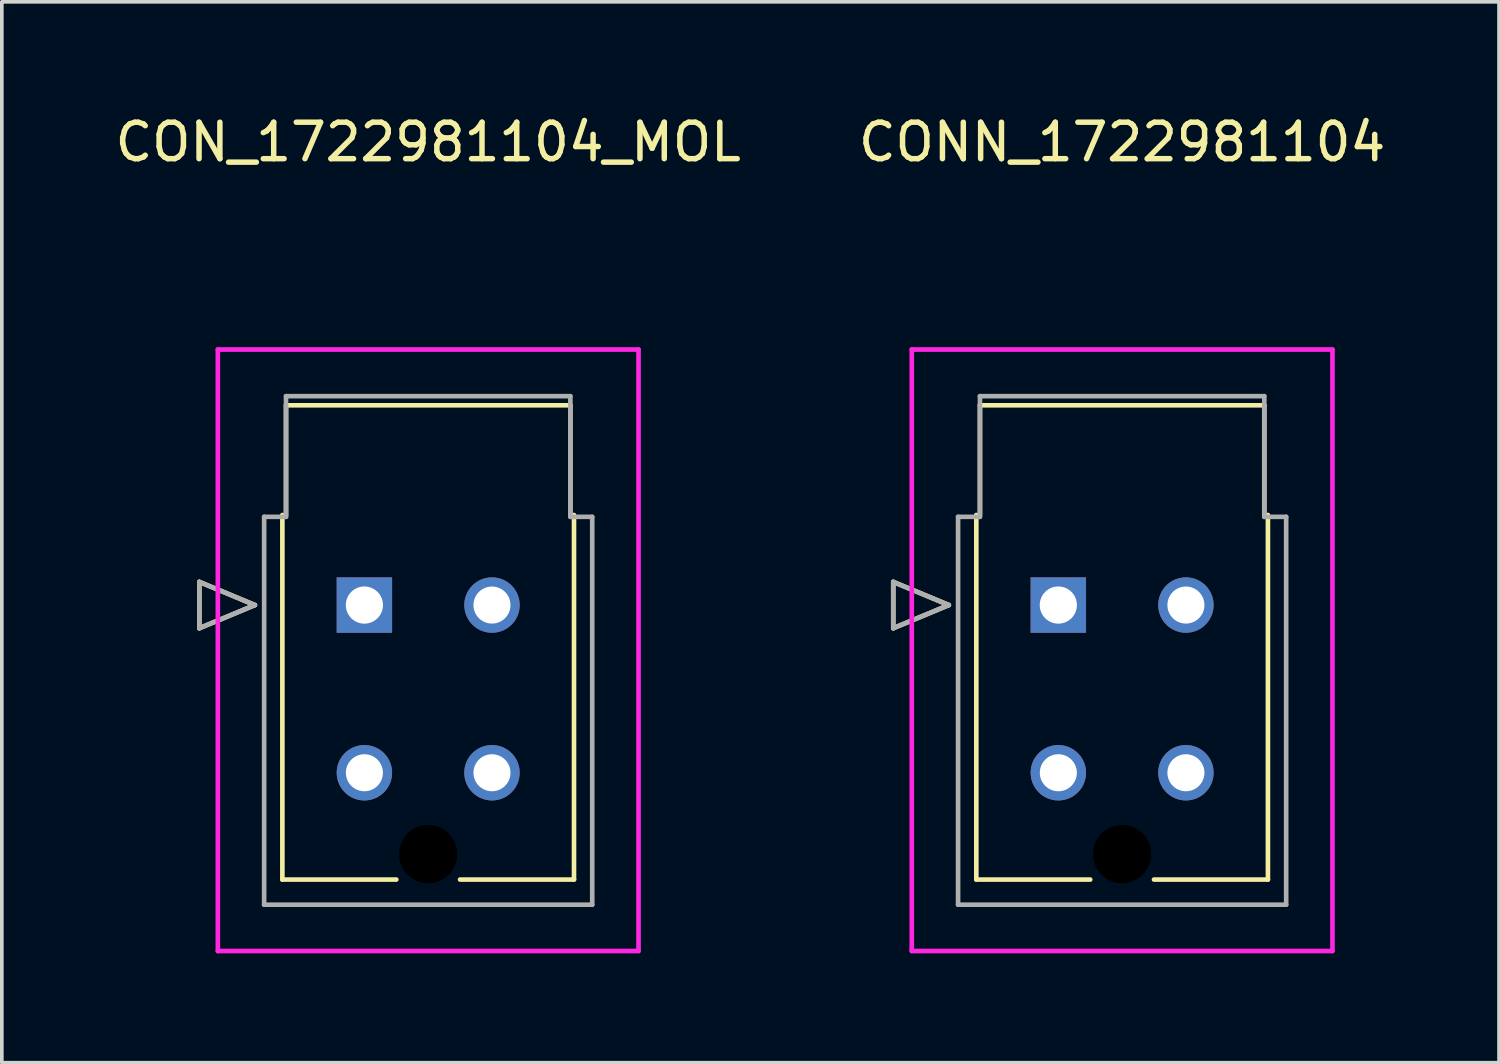
<source format=kicad_pcb>
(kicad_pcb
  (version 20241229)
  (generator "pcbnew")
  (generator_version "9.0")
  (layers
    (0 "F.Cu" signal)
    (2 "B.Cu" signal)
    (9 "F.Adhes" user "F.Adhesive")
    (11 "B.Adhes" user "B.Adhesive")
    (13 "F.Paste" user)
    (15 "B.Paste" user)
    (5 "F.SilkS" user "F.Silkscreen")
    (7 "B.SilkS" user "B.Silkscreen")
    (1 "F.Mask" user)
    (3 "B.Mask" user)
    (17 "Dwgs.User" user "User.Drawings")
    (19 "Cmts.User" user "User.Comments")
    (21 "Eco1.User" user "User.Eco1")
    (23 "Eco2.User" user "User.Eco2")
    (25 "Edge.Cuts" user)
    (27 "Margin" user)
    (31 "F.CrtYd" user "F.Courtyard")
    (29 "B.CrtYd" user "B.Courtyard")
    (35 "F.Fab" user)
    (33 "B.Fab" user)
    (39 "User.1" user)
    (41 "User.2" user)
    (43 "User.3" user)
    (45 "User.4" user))
  (footprint "CONN_1722981104"
    (layer "F.Cu")
    (at 25.982 13.548)
    (property "Reference" "CONN_1722981104" (at 1.75 -12.7 0) (unlocked yes) (layer "F.SilkS") (effects (font (size 1 1) (thickness 0.15))))
    (attr through_hole)
    (fp_line (start -4.528 -0.635) (end -4.528 0.635) (stroke (width 0.127) (type solid)) (layer "F.SilkS"))
    (fp_line (start -4.528 0.635) (end -3.004 0) (stroke (width 0.127) (type solid)) (layer "F.SilkS"))
    (fp_line (start -3.004 0) (end -4.528 -0.635) (stroke (width 0.127) (type solid)) (layer "F.SilkS"))
    (fp_line (start -2.25 7.53) (end -2.25 -2.47) (stroke (width 0.127) (type solid)) (layer "F.SilkS"))
    (fp_line (start -2.15 -5.48) (end 5.65 -5.48) (stroke (width 0.127) (type solid)) (layer "F.SilkS"))
    (fp_line (start -2.15 -2.47) (end -2.15 -5.48) (stroke (width 0.127) (type solid)) (layer "F.SilkS"))
    (fp_line (start 0.876 7.53) (end -2.25 7.53) (stroke (width 0.127) (type solid)) (layer "F.SilkS"))
    (fp_line (start 5.65 -5.48) (end 5.65 -2.47) (stroke (width 0.127) (type solid)) (layer "F.SilkS"))
    (fp_line (start 5.75 -2.47) (end 5.75 7.53) (stroke (width 0.127) (type solid)) (layer "F.SilkS"))
    (fp_line (start 5.75 7.53) (end 2.624 7.53) (stroke (width 0.127) (type solid)) (layer "F.SilkS"))
    (fp_line (start -4.02 -7.01) (end -4.02 9.49) (stroke (width 0.127) (type solid)) (layer "F.CrtYd"))
    (fp_line (start -4.02 9.49) (end 7.52 9.49) (stroke (width 0.127) (type solid)) (layer "F.CrtYd"))
    (fp_line (start 7.52 -7.01) (end -4.02 -7.01) (stroke (width 0.127) (type solid)) (layer "F.CrtYd"))
    (fp_line (start 7.52 9.49) (end 7.52 -7.01) (stroke (width 0.127) (type solid)) (layer "F.CrtYd"))
    (fp_line (start -4.528 -0.635) (end -4.528 0.635) (stroke (width 0.127) (type solid)) (layer "F.Fab"))
    (fp_line (start -4.528 0.635) (end -3.004 0) (stroke (width 0.127) (type solid)) (layer "F.Fab"))
    (fp_line (start -3.004 0) (end -4.528 -0.635) (stroke (width 0.127) (type solid)) (layer "F.Fab"))
    (fp_line (start -2.75 -2.42) (end -2.15 -2.42) (stroke (width 0.127) (type solid)) (layer "F.Fab"))
    (fp_line (start -2.75 8.22) (end -2.75 -2.42) (stroke (width 0.127) (type solid)) (layer "F.Fab"))
    (fp_line (start -2.15 -5.73) (end 5.65 -5.73) (stroke (width 0.127) (type solid)) (layer "F.Fab"))
    (fp_line (start -2.15 -2.42) (end -2.15 -5.73) (stroke (width 0.127) (type solid)) (layer "F.Fab"))
    (fp_line (start 5.65 -5.73) (end 5.65 -2.42) (stroke (width 0.127) (type solid)) (layer "F.Fab"))
    (fp_line (start 5.65 -2.42) (end 6.25 -2.42) (stroke (width 0.127) (type solid)) (layer "F.Fab"))
    (fp_line (start 6.25 -2.42) (end 6.25 8.22) (stroke (width 0.127) (type solid)) (layer "F.Fab"))
    (fp_line (start 6.25 8.22) (end -2.75 8.22) (stroke (width 0.127) (type solid)) (layer "F.Fab"))
    (pad "" np_thru_hole circle (at 1.75 6.83) (size 1.6 1.6) (drill 1.6) (layers))
    (pad "1" thru_hole rect (at 0 0) (size 1.52 1.52) (drill 1.02) (layers "*.Cu" "*.Mask"))
    (pad "2" thru_hole circle (at 3.5 0) (size 1.52 1.52) (drill 1.016) (layers "*.Cu" "*.Mask"))
    (pad "3" thru_hole circle (at 0 4.6) (size 1.52 1.52) (drill 1.016) (layers "*.Cu" "*.Mask"))
    (pad "4" thru_hole circle (at 3.5 4.6) (size 1.52 1.52) (drill 1.016) (layers "*.Cu" "*.Mask")))
  (footprint "CON_1722981104_MOL"
    (layer "F.Cu")
    (at 6.946 13.548)
    (property "Reference" "CON_1722981104_MOL" (at 1.75 -12.7 0) (unlocked yes) (layer "F.SilkS") (effects (font (size 1 1) (thickness 0.15))))
    (attr through_hole)
    (fp_line (start -4.528 -0.635) (end -4.528 0.635) (stroke (width 0.127) (type solid)) (layer "F.SilkS"))
    (fp_line (start -4.528 0.635) (end -3.004 0) (stroke (width 0.127) (type solid)) (layer "F.SilkS"))
    (fp_line (start -3.004 0) (end -4.528 -0.635) (stroke (width 0.127) (type solid)) (layer "F.SilkS"))
    (fp_line (start -2.25 7.53) (end -2.25 -2.47) (stroke (width 0.127) (type solid)) (layer "F.SilkS"))
    (fp_line (start -2.15 -5.48) (end 5.65 -5.48) (stroke (width 0.127) (type solid)) (layer "F.SilkS"))
    (fp_line (start -2.15 -2.47) (end -2.15 -5.48) (stroke (width 0.127) (type solid)) (layer "F.SilkS"))
    (fp_line (start 0.876 7.53) (end -2.25 7.53) (stroke (width 0.127) (type solid)) (layer "F.SilkS"))
    (fp_line (start 5.65 -5.48) (end 5.65 -2.47) (stroke (width 0.127) (type solid)) (layer "F.SilkS"))
    (fp_line (start 5.75 -2.47) (end 5.75 7.53) (stroke (width 0.127) (type solid)) (layer "F.SilkS"))
    (fp_line (start 5.75 7.53) (end 2.624 7.53) (stroke (width 0.127) (type solid)) (layer "F.SilkS"))
    (fp_line (start -4.02 -7.01) (end -4.02 9.49) (stroke (width 0.127) (type solid)) (layer "F.CrtYd"))
    (fp_line (start -4.02 9.49) (end 7.52 9.49) (stroke (width 0.127) (type solid)) (layer "F.CrtYd"))
    (fp_line (start 7.52 -7.01) (end -4.02 -7.01) (stroke (width 0.127) (type solid)) (layer "F.CrtYd"))
    (fp_line (start 7.52 9.49) (end 7.52 -7.01) (stroke (width 0.127) (type solid)) (layer "F.CrtYd"))
    (fp_line (start -4.528 -0.635) (end -4.528 0.635) (stroke (width 0.127) (type solid)) (layer "F.Fab"))
    (fp_line (start -4.528 0.635) (end -3.004 0) (stroke (width 0.127) (type solid)) (layer "F.Fab"))
    (fp_line (start -3.004 0) (end -4.528 -0.635) (stroke (width 0.127) (type solid)) (layer "F.Fab"))
    (fp_line (start -2.75 -2.42) (end -2.15 -2.42) (stroke (width 0.127) (type solid)) (layer "F.Fab"))
    (fp_line (start -2.75 8.22) (end -2.75 -2.42) (stroke (width 0.127) (type solid)) (layer "F.Fab"))
    (fp_line (start -2.15 -5.73) (end 5.65 -5.73) (stroke (width 0.127) (type solid)) (layer "F.Fab"))
    (fp_line (start -2.15 -2.42) (end -2.15 -5.73) (stroke (width 0.127) (type solid)) (layer "F.Fab"))
    (fp_line (start 5.65 -5.73) (end 5.65 -2.42) (stroke (width 0.127) (type solid)) (layer "F.Fab"))
    (fp_line (start 5.65 -2.42) (end 6.25 -2.42) (stroke (width 0.127) (type solid)) (layer "F.Fab"))
    (fp_line (start 6.25 -2.42) (end 6.25 8.22) (stroke (width 0.127) (type solid)) (layer "F.Fab"))
    (fp_line (start 6.25 8.22) (end -2.75 8.22) (stroke (width 0.127) (type solid)) (layer "F.Fab"))
    (pad "" np_thru_hole circle (at 1.75 6.83) (size 1.6 1.6) (drill 1.6) (layers))
    (pad "1" thru_hole rect (at 0 0) (size 1.52 1.52) (drill 1.02) (layers "*.Cu" "*.Mask"))
    (pad "2" thru_hole circle (at 3.5 0) (size 1.52 1.52) (drill 1.016) (layers "*.Cu" "*.Mask"))
    (pad "3" thru_hole circle (at 0 4.6) (size 1.52 1.52) (drill 1.016) (layers "*.Cu" "*.Mask"))
    (pad "4" thru_hole circle (at 3.5 4.6) (size 1.52 1.52) (drill 1.016) (layers "*.Cu" "*.Mask")))
  (gr_rect
    (start -3 -3)
    (end 38.071 26.102)
    (stroke (width 0.1) (type default))
    (fill no)
    (layer "Edge.Cuts")))
</source>
